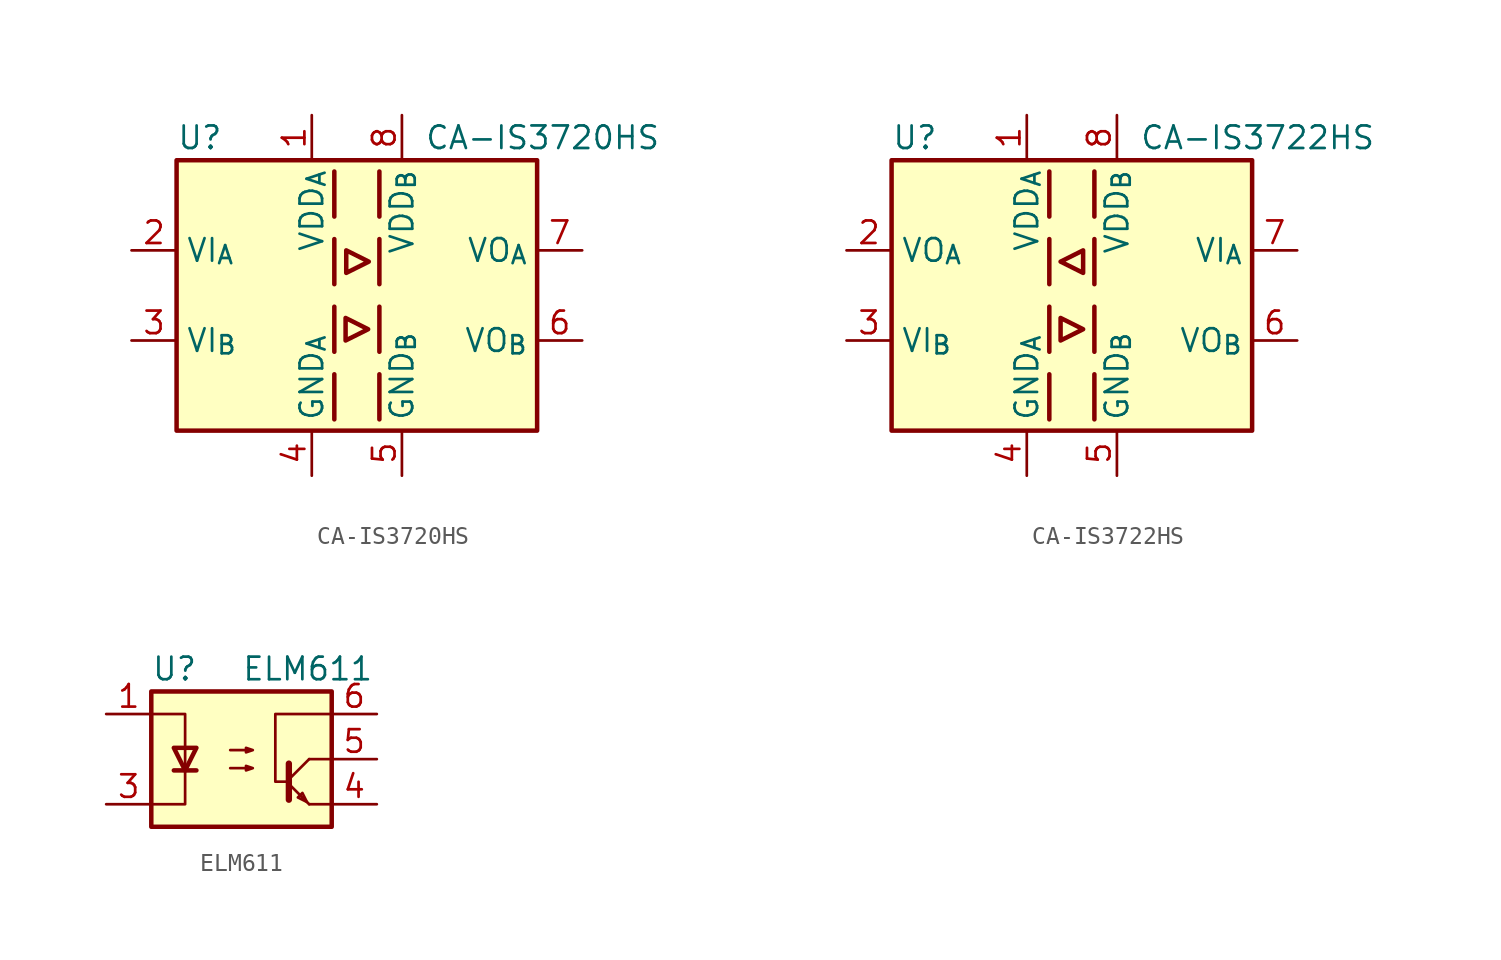
<source format=kicad_sym>
(kicad_symbol_lib
  (version 20231120)
  (generator "kicad_symbol_editor")
  (generator_version "8.0")
  (symbol "CA-IS3720HS"
    (property "Reference" "U"
      (at -10.16 8.89 0)
      (effects (font (size 1.27 1.27)) (justify left)))
    (property "Value" "CA-IS3720HS"
      (at 3.81 8.89 0)
      (effects (font (size 1.27 1.27)) (justify left)))
    (symbol "CA-IS3720HS_0_1"
      (rectangle (start -10.16 7.62) (end 10.16 -7.62) (stroke (width 0.254) (type default)) (fill (type background)))
      (polyline (pts (xy -1.27 -4.445) (xy -1.27 -6.985)) (stroke (width 0.254) (type default)) (fill (type none)))
      (polyline (pts (xy -1.27 -0.635) (xy -1.27 -3.175)) (stroke (width 0.254) (type default)) (fill (type none)))
      (polyline (pts (xy -1.27 3.175) (xy -1.27 0.635)) (stroke (width 0.254) (type default)) (fill (type none)))
      (polyline (pts (xy -1.27 6.985) (xy -1.27 4.445)) (stroke (width 0.254) (type default)) (fill (type none)))
      (polyline (pts (xy 1.27 -4.445) (xy 1.27 -6.985)) (stroke (width 0.254) (type default)) (fill (type none)))
      (polyline (pts (xy 1.27 -0.635) (xy 1.27 -3.175)) (stroke (width 0.254) (type default)) (fill (type none)))
      (polyline (pts (xy 1.27 3.175) (xy 1.27 0.635)) (stroke (width 0.254) (type default)) (fill (type none)))
      (polyline (pts (xy 1.27 6.985) (xy 1.27 4.445)) (stroke (width 0.254) (type default)) (fill (type none)))
      (polyline (pts (xy -0.635 -1.27) (xy -0.635 -2.54) (xy 0.635 -1.905) (xy -0.635 -1.27)) (stroke (width 0.254) (type default)) (fill (type none)))
      (polyline (pts (xy -0.598 1.27) (xy 0.672 1.905) (xy -0.598 2.54) (xy -0.598 1.27)) (stroke (width 0.254) (type default)) (fill (type none))))
    (symbol "CA-IS3720HS_1_1"
      (pin power_in line (at -2.54 10.16 270) (length 2.54) (name "VDD_{A}" (effects (font (size 1.27 1.27)))) (number "1" (effects (font (size 1.27 1.27)))))
      (pin input line (at -12.7 2.54 0) (length 2.54) (name "VI_{A}" (effects (font (size 1.27 1.27)))) (number "2" (effects (font (size 1.27 1.27)))))
      (pin input line (at -12.7 -2.54 0) (length 2.54) (name "VI_{B}" (effects (font (size 1.27 1.27)))) (number "3" (effects (font (size 1.27 1.27)))))
      (pin power_in line (at -2.54 -10.16 90) (length 2.54) (name "GND_{A}" (effects (font (size 1.27 1.27)))) (number "4" (effects (font (size 1.27 1.27)))))
      (pin power_in line (at 2.54 -10.16 90) (length 2.54) (name "GND_{B}" (effects (font (size 1.27 1.27)))) (number "5" (effects (font (size 1.27 1.27)))))
      (pin output line (at 12.7 -2.54 180) (length 2.54) (name "VO_{B}" (effects (font (size 1.27 1.27)))) (number "6" (effects (font (size 1.27 1.27)))))
      (pin output line (at 12.7 2.54 180) (length 2.54) (name "VO_{A}" (effects (font (size 1.27 1.27)))) (number "7" (effects (font (size 1.27 1.27)))))
      (pin power_in line (at 2.54 10.16 270) (length 2.54) (name "VDD_{B}" (effects (font (size 1.27 1.27)))) (number "8" (effects (font (size 1.27 1.27)))))))
  (symbol "CA-IS3722HS"
    (property "Reference" "U"
      (at -10.16 8.89 0)
      (effects (font (size 1.27 1.27)) (justify left)))
    (property "Value" "CA-IS3722HS"
      (at 3.81 8.89 0)
      (effects (font (size 1.27 1.27)) (justify left)))
    (symbol "CA-IS3722HS_0_1"
      (rectangle (start -10.16 7.62) (end 10.16 -7.62) (stroke (width 0.254) (type default)) (fill (type background)))
      (polyline (pts (xy -1.27 -4.445) (xy -1.27 -6.985)) (stroke (width 0.254) (type default)) (fill (type none)))
      (polyline (pts (xy -1.27 -0.635) (xy -1.27 -3.175)) (stroke (width 0.254) (type default)) (fill (type none)))
      (polyline (pts (xy -1.27 3.175) (xy -1.27 0.635)) (stroke (width 0.254) (type default)) (fill (type none)))
      (polyline (pts (xy -1.27 6.985) (xy -1.27 4.445)) (stroke (width 0.254) (type default)) (fill (type none)))
      (polyline (pts (xy 1.27 -4.445) (xy 1.27 -6.985)) (stroke (width 0.254) (type default)) (fill (type none)))
      (polyline (pts (xy 1.27 -0.635) (xy 1.27 -3.175)) (stroke (width 0.254) (type default)) (fill (type none)))
      (polyline (pts (xy 1.27 3.175) (xy 1.27 0.635)) (stroke (width 0.254) (type default)) (fill (type none)))
      (polyline (pts (xy 1.27 6.985) (xy 1.27 4.445)) (stroke (width 0.254) (type default)) (fill (type none)))
      (polyline (pts (xy -0.635 -1.27) (xy -0.635 -2.54) (xy 0.635 -1.905) (xy -0.635 -1.27)) (stroke (width 0.254) (type default)) (fill (type none)))
      (polyline (pts (xy 0.635 1.27) (xy -0.635 1.905) (xy 0.635 2.54) (xy 0.635 1.27)) (stroke (width 0.254) (type default)) (fill (type none))))
    (symbol "CA-IS3722HS_1_1"
      (pin power_in line (at -2.54 10.16 270) (length 2.54) (name "VDD_{A}" (effects (font (size 1.27 1.27)))) (number "1" (effects (font (size 1.27 1.27)))))
      (pin output line (at -12.7 2.54 0) (length 2.54) (name "VO_{A}" (effects (font (size 1.27 1.27)))) (number "2" (effects (font (size 1.27 1.27)))))
      (pin input line (at -12.7 -2.54 0) (length 2.54) (name "VI_{B}" (effects (font (size 1.27 1.27)))) (number "3" (effects (font (size 1.27 1.27)))))
      (pin power_in line (at -2.54 -10.16 90) (length 2.54) (name "GND_{A}" (effects (font (size 1.27 1.27)))) (number "4" (effects (font (size 1.27 1.27)))))
      (pin power_in line (at 2.54 -10.16 90) (length 2.54) (name "GND_{B}" (effects (font (size 1.27 1.27)))) (number "5" (effects (font (size 1.27 1.27)))))
      (pin output line (at 12.7 -2.54 180) (length 2.54) (name "VO_{B}" (effects (font (size 1.27 1.27)))) (number "6" (effects (font (size 1.27 1.27)))))
      (pin input line (at 12.7 2.54 180) (length 2.54) (name "VI_{A}" (effects (font (size 1.27 1.27)))) (number "7" (effects (font (size 1.27 1.27)))))
      (pin power_in line (at 2.54 10.16 270) (length 2.54) (name "VDD_{B}" (effects (font (size 1.27 1.27)))) (number "8" (effects (font (size 1.27 1.27)))))))
  (symbol "ELM611"
    (pin_names
      (offset 1.016))
    (property "Reference" "U"
      (at -5.08 5.08 0)
      (effects (font (size 1.27 1.27)) (justify left)))
    (property "Value" "ELM611"
      (at 0 5.08 0)
      (effects (font (size 1.27 1.27)) (justify left)))
    (symbol "ELM611_0_1"
      (rectangle (start -5.08 3.81) (end 5.08 -3.81) (stroke (width 0.254) (type default)) (fill (type background)))
      (polyline (pts (xy -3.81 -0.635) (xy -2.54 -0.635)) (stroke (width 0.254) (type default)) (fill (type none)))
      (polyline (pts (xy 2.667 -1.397) (xy 3.81 -2.54)) (stroke (width 0) (type default)) (fill (type none)))
      (polyline (pts (xy 2.667 -1.143) (xy 3.81 0)) (stroke (width 0) (type default)) (fill (type none)))
      (polyline (pts (xy 3.81 -2.54) (xy 5.08 -2.54)) (stroke (width 0) (type default)) (fill (type none)))
      (polyline (pts (xy 3.81 0) (xy 5.08 0)) (stroke (width 0) (type default)) (fill (type none)))
      (polyline (pts (xy 2.667 -0.254) (xy 2.667 -2.286) (xy 2.667 -2.286)) (stroke (width 0.356) (type default)) (fill (type none)))
      (polyline (pts (xy -5.08 -2.54) (xy -3.175 -2.54) (xy -3.175 2.54) (xy -5.08 2.54)) (stroke (width 0) (type default)) (fill (type none)))
      (polyline (pts (xy -3.175 -0.635) (xy -3.81 0.635) (xy -2.54 0.635) (xy -3.175 -0.635)) (stroke (width 0.254) (type default)) (fill (type none)))
      (polyline (pts (xy 3.683 -2.413) (xy 3.429 -1.905) (xy 3.175 -2.159) (xy 3.683 -2.413)) (stroke (width 0) (type default)) (fill (type none)))
      (polyline (pts (xy 5.08 2.54) (xy 1.905 2.54) (xy 1.905 -1.27) (xy 2.54 -1.27)) (stroke (width 0) (type default)) (fill (type none)))
      (polyline (pts (xy -0.635 -0.508) (xy 0.635 -0.508) (xy 0.254 -0.635) (xy 0.254 -0.381) (xy 0.635 -0.508)) (stroke (width 0) (type default)) (fill (type none)))
      (polyline (pts (xy -0.635 0.508) (xy 0.635 0.508) (xy 0.254 0.381) (xy 0.254 0.635) (xy 0.635 0.508)) (stroke (width 0) (type default)) (fill (type none))))
    (symbol "ELM611_1_1"
      (pin passive line (at -7.62 2.54 0) (length 2.54) (name "~" (effects (font (size 1.27 1.27)))) (number "1" (effects (font (size 1.27 1.27)))))
      (pin passive line (at -7.62 -2.54 0) (length 2.54) (name "~" (effects (font (size 1.27 1.27)))) (number "3" (effects (font (size 1.27 1.27)))))
      (pin passive line (at 7.62 -2.54 180) (length 2.54) (name "~" (effects (font (size 1.27 1.27)))) (number "4" (effects (font (size 1.27 1.27)))))
      (pin passive line (at 7.62 0 180) (length 2.54) (name "~" (effects (font (size 1.27 1.27)))) (number "5" (effects (font (size 1.27 1.27)))))
      (pin passive line (at 7.62 2.54 180) (length 2.54) (name "~" (effects (font (size 1.27 1.27)))) (number "6" (effects (font (size 1.27 1.27))))))))
</source>
